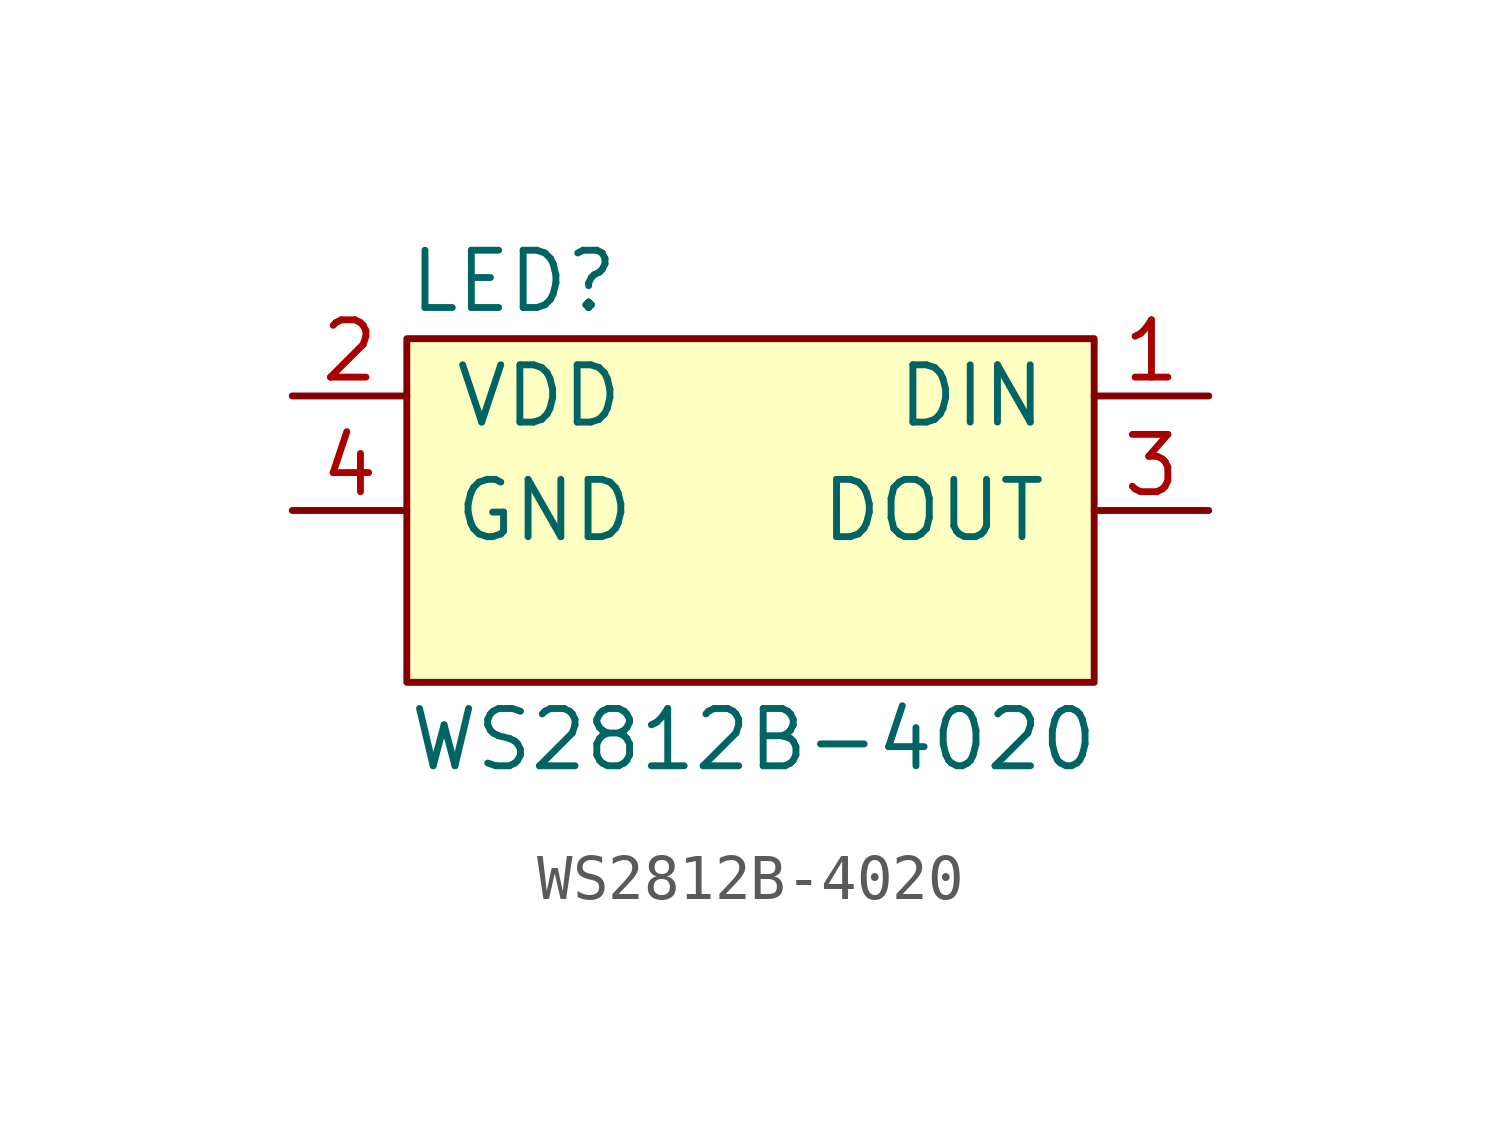
<source format=kicad_sym>
(kicad_symbol_lib
  (version 20211014)
  (generator agg_kicad.build_lib_ic)
  (symbol "WS2812B-4020"
    (pin_names
      (offset 1.016))
    (property Reference LED
      (at -7.62 5.08 0)
      (effects (font (size 1.27 1.27)) (justify left)))
    (property Value "WS2812B-4020"
      (at -7.62 -5.08 0)
      (effects (font (size 1.27 1.27)) (justify left)))
    (symbol "WS2812B-4020_0_0"
      (rectangle (start -7.62 3.81) (end 7.62 -3.81) (stroke (width 0) (type default) (color 0 0 0 0)) (fill (type background)))
      (pin power_in line (at -10.16 2.54 0) (length 2.54) (name VDD (effects (font (size 1.27 1.27)))) (number "2" (effects (font (size 1.27 1.27)))))
      (pin power_in line (at -10.16 0 0) (length 2.54) (name GND (effects (font (size 1.27 1.27)))) (number "4" (effects (font (size 1.27 1.27)))))
      (pin input line (at 10.16 2.54 180) (length 2.54) (name DIN (effects (font (size 1.27 1.27)))) (number "1" (effects (font (size 1.27 1.27)))))
      (pin output line (at 10.16 0 180) (length 2.54) (name DOUT (effects (font (size 1.27 1.27)))) (number "3" (effects (font (size 1.27 1.27))))))))
</source>
